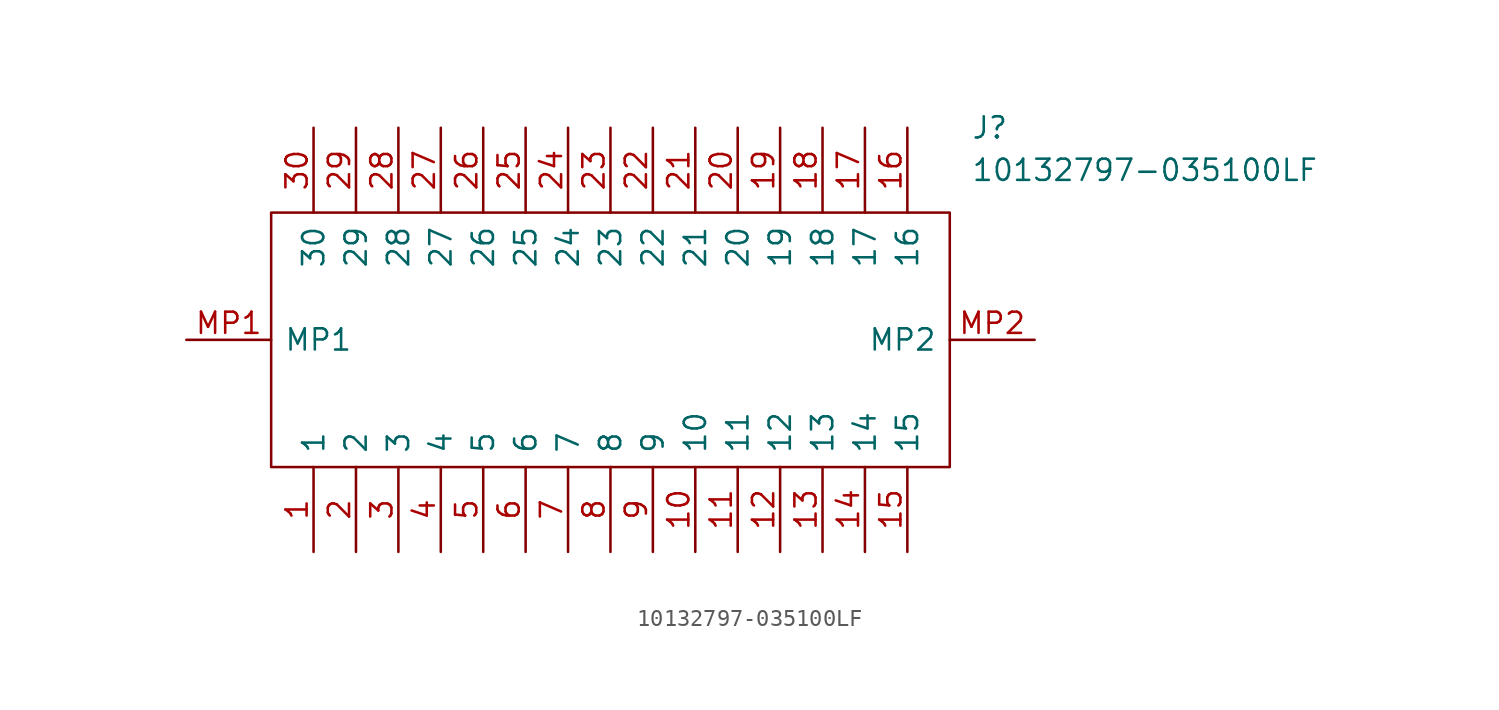
<source format=kicad_sym>
(kicad_symbol_lib
  (version 20211014)
  (generator kicad_symbol_editor)
  (symbol "10132797-035100LF"
    (pin_names
      (offset 0.762))
    (property "Reference" "J"
      (at 46.99 12.7 0)
      (effects (font (size 1.27 1.27)) (justify left)))
    (property "Value" "10132797-035100LF"
      (at 46.99 10.16 0)
      (effects (font (size 1.27 1.27)) (justify left)))
    (symbol "10132797-035100LF_0_0"
      (pin passive line (at 7.62 -12.7 90) (length 5.08) (name "1" (effects (font (size 1.27 1.27)))) (number "1" (effects (font (size 1.27 1.27)))))
      (pin passive line (at 30.48 -12.7 90) (length 5.08) (name "10" (effects (font (size 1.27 1.27)))) (number "10" (effects (font (size 1.27 1.27)))))
      (pin passive line (at 33.02 -12.7 90) (length 5.08) (name "11" (effects (font (size 1.27 1.27)))) (number "11" (effects (font (size 1.27 1.27)))))
      (pin passive line (at 35.56 -12.7 90) (length 5.08) (name "12" (effects (font (size 1.27 1.27)))) (number "12" (effects (font (size 1.27 1.27)))))
      (pin passive line (at 38.1 -12.7 90) (length 5.08) (name "13" (effects (font (size 1.27 1.27)))) (number "13" (effects (font (size 1.27 1.27)))))
      (pin passive line (at 40.64 -12.7 90) (length 5.08) (name "14" (effects (font (size 1.27 1.27)))) (number "14" (effects (font (size 1.27 1.27)))))
      (pin passive line (at 43.18 -12.7 90) (length 5.08) (name "15" (effects (font (size 1.27 1.27)))) (number "15" (effects (font (size 1.27 1.27)))))
      (pin passive line (at 43.18 12.7 270) (length 5.08) (name "16" (effects (font (size 1.27 1.27)))) (number "16" (effects (font (size 1.27 1.27)))))
      (pin passive line (at 40.64 12.7 270) (length 5.08) (name "17" (effects (font (size 1.27 1.27)))) (number "17" (effects (font (size 1.27 1.27)))))
      (pin passive line (at 38.1 12.7 270) (length 5.08) (name "18" (effects (font (size 1.27 1.27)))) (number "18" (effects (font (size 1.27 1.27)))))
      (pin passive line (at 35.56 12.7 270) (length 5.08) (name "19" (effects (font (size 1.27 1.27)))) (number "19" (effects (font (size 1.27 1.27)))))
      (pin passive line (at 10.16 -12.7 90) (length 5.08) (name "2" (effects (font (size 1.27 1.27)))) (number "2" (effects (font (size 1.27 1.27)))))
      (pin passive line (at 33.02 12.7 270) (length 5.08) (name "20" (effects (font (size 1.27 1.27)))) (number "20" (effects (font (size 1.27 1.27)))))
      (pin passive line (at 30.48 12.7 270) (length 5.08) (name "21" (effects (font (size 1.27 1.27)))) (number "21" (effects (font (size 1.27 1.27)))))
      (pin passive line (at 27.94 12.7 270) (length 5.08) (name "22" (effects (font (size 1.27 1.27)))) (number "22" (effects (font (size 1.27 1.27)))))
      (pin passive line (at 25.4 12.7 270) (length 5.08) (name "23" (effects (font (size 1.27 1.27)))) (number "23" (effects (font (size 1.27 1.27)))))
      (pin passive line (at 22.86 12.7 270) (length 5.08) (name "24" (effects (font (size 1.27 1.27)))) (number "24" (effects (font (size 1.27 1.27)))))
      (pin passive line (at 20.32 12.7 270) (length 5.08) (name "25" (effects (font (size 1.27 1.27)))) (number "25" (effects (font (size 1.27 1.27)))))
      (pin passive line (at 17.78 12.7 270) (length 5.08) (name "26" (effects (font (size 1.27 1.27)))) (number "26" (effects (font (size 1.27 1.27)))))
      (pin passive line (at 15.24 12.7 270) (length 5.08) (name "27" (effects (font (size 1.27 1.27)))) (number "27" (effects (font (size 1.27 1.27)))))
      (pin passive line (at 12.7 12.7 270) (length 5.08) (name "28" (effects (font (size 1.27 1.27)))) (number "28" (effects (font (size 1.27 1.27)))))
      (pin passive line (at 10.16 12.7 270) (length 5.08) (name "29" (effects (font (size 1.27 1.27)))) (number "29" (effects (font (size 1.27 1.27)))))
      (pin passive line (at 12.7 -12.7 90) (length 5.08) (name "3" (effects (font (size 1.27 1.27)))) (number "3" (effects (font (size 1.27 1.27)))))
      (pin passive line (at 7.62 12.7 270) (length 5.08) (name "30" (effects (font (size 1.27 1.27)))) (number "30" (effects (font (size 1.27 1.27)))))
      (pin passive line (at 15.24 -12.7 90) (length 5.08) (name "4" (effects (font (size 1.27 1.27)))) (number "4" (effects (font (size 1.27 1.27)))))
      (pin passive line (at 17.78 -12.7 90) (length 5.08) (name "5" (effects (font (size 1.27 1.27)))) (number "5" (effects (font (size 1.27 1.27)))))
      (pin passive line (at 20.32 -12.7 90) (length 5.08) (name "6" (effects (font (size 1.27 1.27)))) (number "6" (effects (font (size 1.27 1.27)))))
      (pin passive line (at 22.86 -12.7 90) (length 5.08) (name "7" (effects (font (size 1.27 1.27)))) (number "7" (effects (font (size 1.27 1.27)))))
      (pin passive line (at 25.4 -12.7 90) (length 5.08) (name "8" (effects (font (size 1.27 1.27)))) (number "8" (effects (font (size 1.27 1.27)))))
      (pin passive line (at 27.94 -12.7 90) (length 5.08) (name "9" (effects (font (size 1.27 1.27)))) (number "9" (effects (font (size 1.27 1.27)))))
      (pin passive line (at 0 0 0) (length 5.08) (name "MP1" (effects (font (size 1.27 1.27)))) (number "MP1" (effects (font (size 1.27 1.27)))))
      (pin passive line (at 50.8 0 180) (length 5.08) (name "MP2" (effects (font (size 1.27 1.27)))) (number "MP2" (effects (font (size 1.27 1.27))))))
    (symbol "10132797-035100LF_0_1"
      (polyline (pts (xy 5.08 7.62) (xy 45.72 7.62) (xy 45.72 -7.62) (xy 5.08 -7.62) (xy 5.08 7.62)) (stroke (width 0.152) (type default) (color 0 0 0 0)) (fill (type none))))))
</source>
